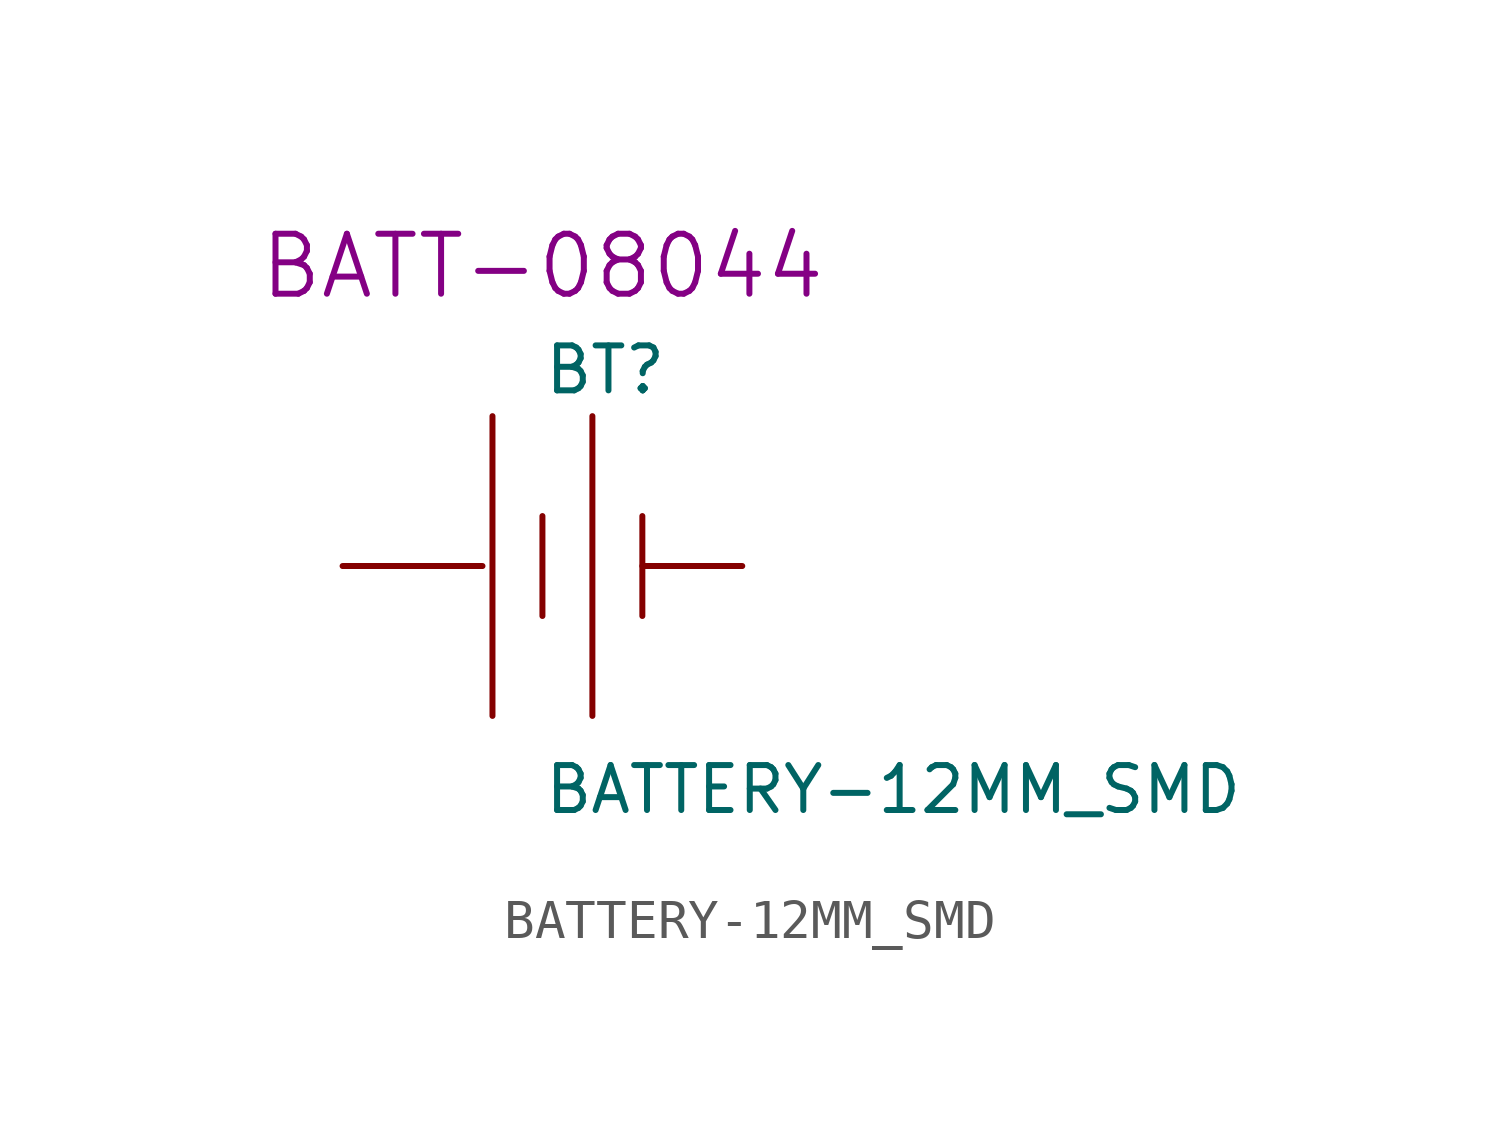
<source format=kicad_sym>
(kicad_symbol_lib
  (version 20211014)
  (generator kicad_symbol_editor)
  (symbol "BATTERY-12MM_SMD"
    (pin_numbers hide)
    (pin_names
      (offset 1.016) hide)
    (property "Reference" "BT"
      (at 0 4.318 0)
      (effects (font (size 1.143 1.143)) (justify left bottom)))
    (property "Value" "BATTERY-12MM_SMD"
      (at 0 -6.35 0)
      (effects (font (size 1.143 1.143)) (justify left bottom)))
    (property "Field4" "BATT-08044"
      (at 0 7.62 0)
      (effects (font (size 1.524 1.524))))
    (property "ki_locked" ""
      (at 0 0 0)
      (effects (font (size 1.27 1.27))))
    (symbol "BATTERY-12MM_SMD_1_0"
      (polyline (pts (xy -2.54 0) (xy -1.524 0)) (stroke (width 0) (type default) (color 0 0 0 0)) (fill (type none)))
      (polyline (pts (xy -1.27 3.81) (xy -1.27 -3.81)) (stroke (width 0) (type default) (color 0 0 0 0)) (fill (type none)))
      (polyline (pts (xy 0 1.27) (xy 0 -1.27)) (stroke (width 0) (type default) (color 0 0 0 0)) (fill (type none)))
      (polyline (pts (xy 1.27 3.81) (xy 1.27 -3.81)) (stroke (width 0) (type default) (color 0 0 0 0)) (fill (type none)))
      (polyline (pts (xy 2.54 1.27) (xy 2.54 -1.27)) (stroke (width 0) (type default) (color 0 0 0 0)) (fill (type none))))
    (symbol "BATTERY-12MM_SMD_1_1"
      (pin power_in line (at 5.08 0 180) (length 2.54) (name "-" (effects (font (size 1.016 1.016)))) (number "GND" (effects (font (size 1.016 1.016)))))
      (pin power_in line (at -5.08 0 0) (length 2.54) (name "+" (effects (font (size 1.016 1.016)))) (number "PWR@" (effects (font (size 1.016 1.016))))))))
</source>
